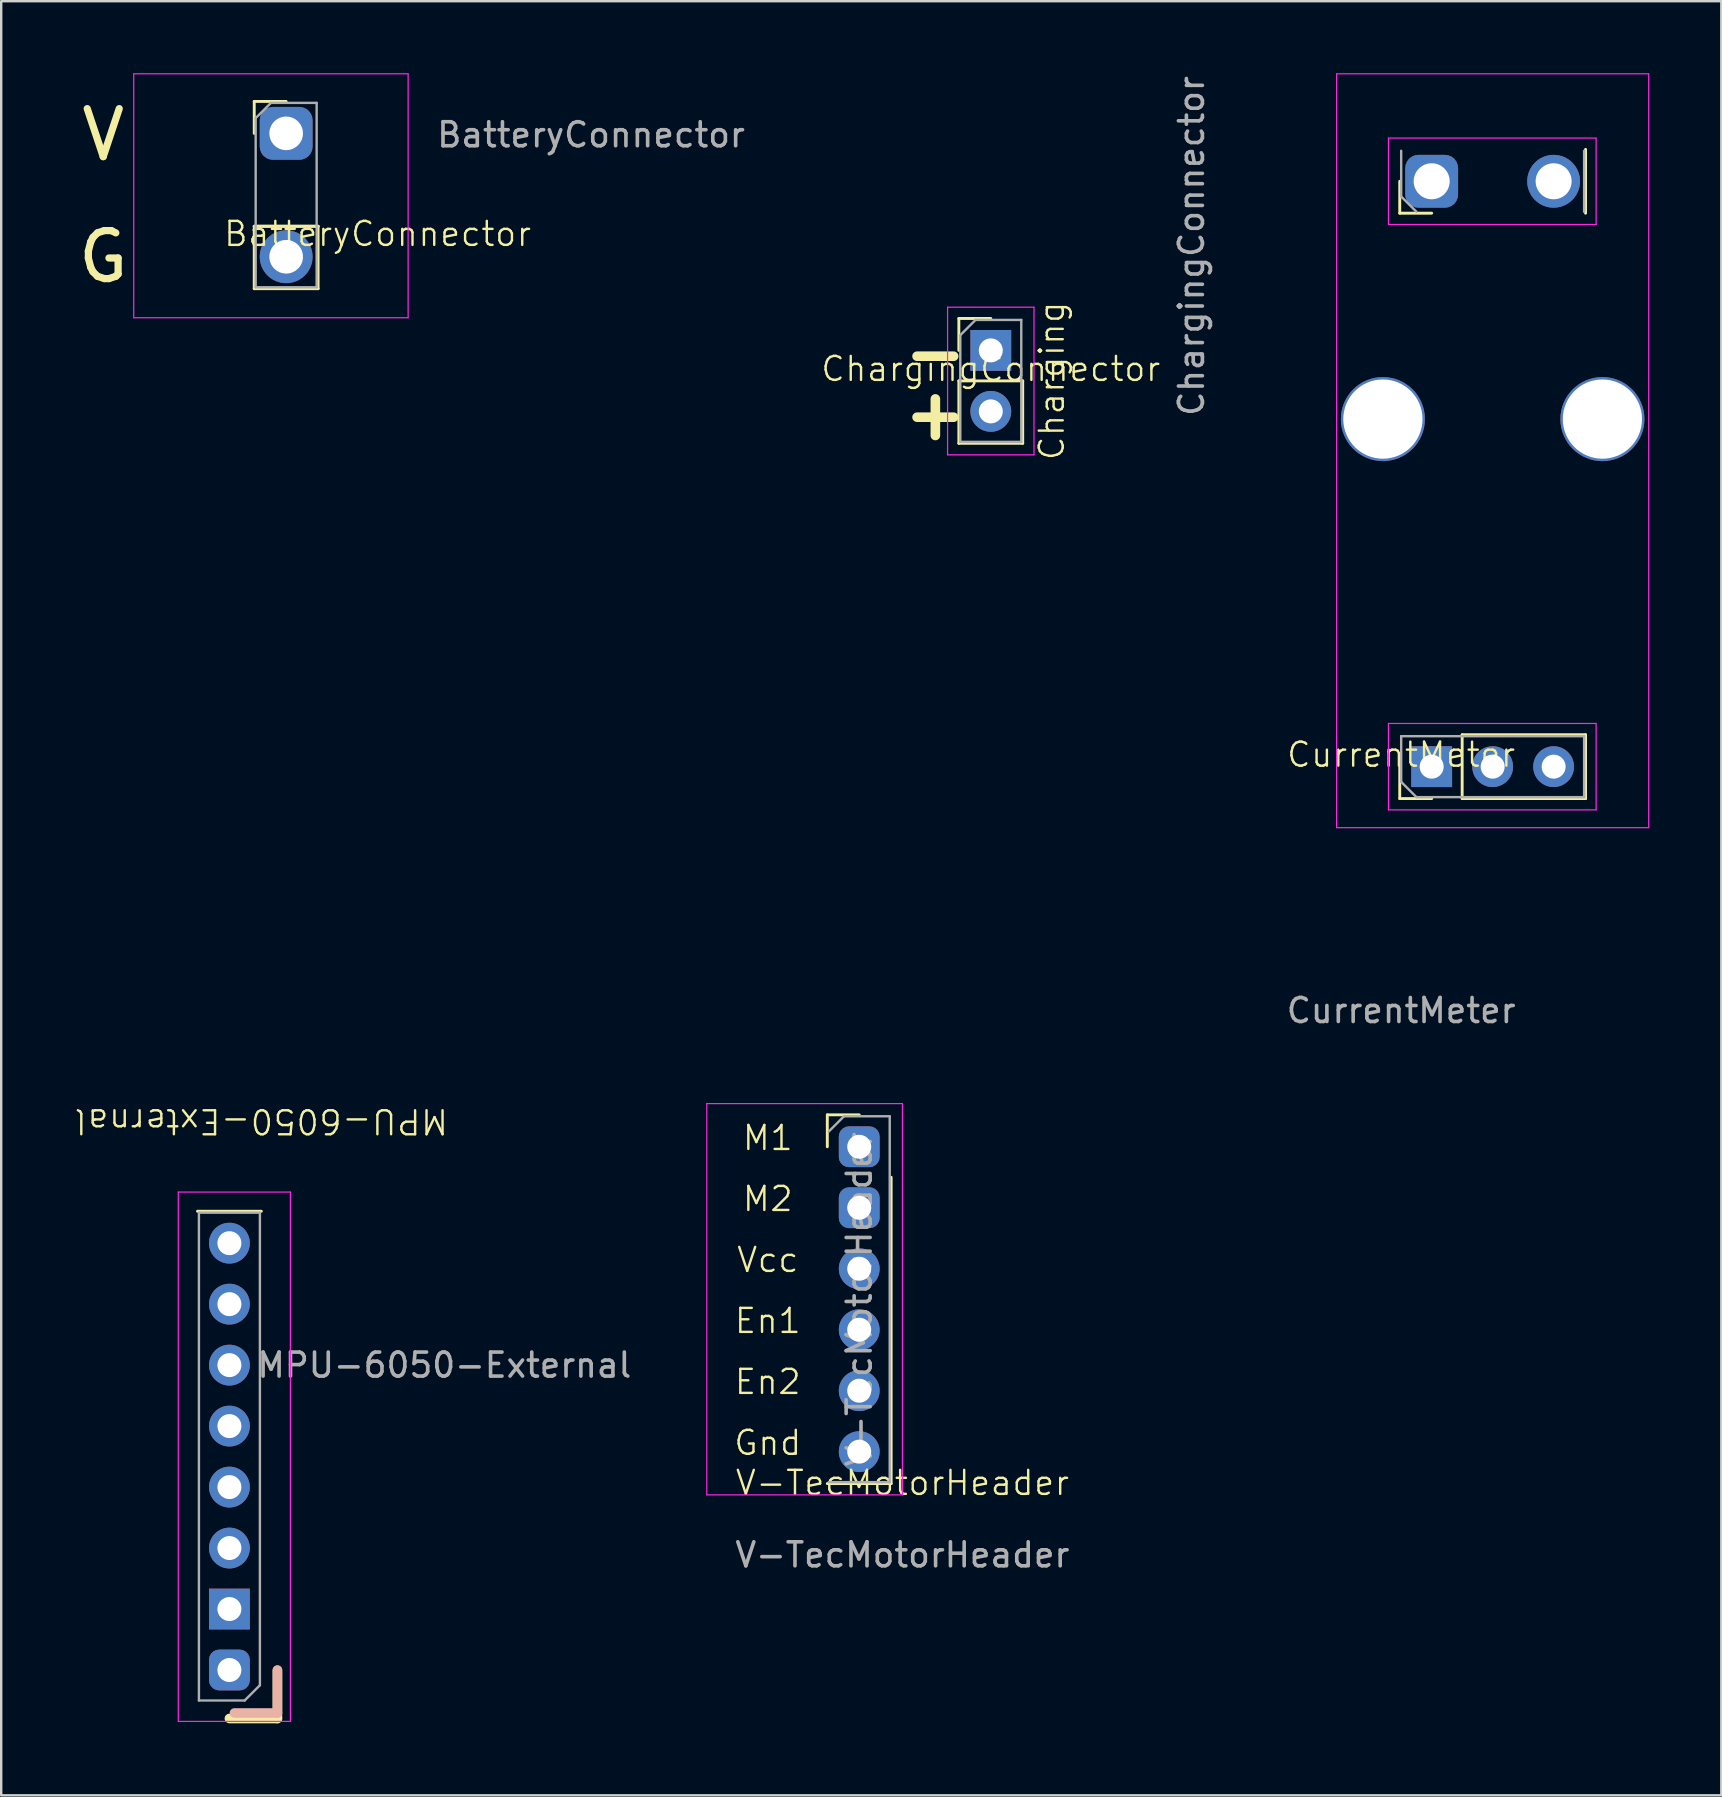
<source format=kicad_pcb>
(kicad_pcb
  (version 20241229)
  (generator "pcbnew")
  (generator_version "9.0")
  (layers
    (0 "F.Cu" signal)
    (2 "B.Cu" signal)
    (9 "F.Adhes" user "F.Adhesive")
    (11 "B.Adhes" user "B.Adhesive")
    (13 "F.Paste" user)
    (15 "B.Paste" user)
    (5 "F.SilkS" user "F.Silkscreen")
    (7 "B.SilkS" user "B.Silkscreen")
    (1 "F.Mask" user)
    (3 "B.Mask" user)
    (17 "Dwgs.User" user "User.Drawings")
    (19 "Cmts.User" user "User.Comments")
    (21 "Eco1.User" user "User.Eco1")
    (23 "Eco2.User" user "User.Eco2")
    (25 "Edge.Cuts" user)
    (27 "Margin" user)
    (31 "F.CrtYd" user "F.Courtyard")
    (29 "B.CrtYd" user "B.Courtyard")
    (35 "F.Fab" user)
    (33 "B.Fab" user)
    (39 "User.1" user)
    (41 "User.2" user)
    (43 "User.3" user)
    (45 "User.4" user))
  (footprint "ChargingConnector"
    (layer "F.Cu")
    (at 38.221 12.816)
    (property "Reference" "ChargingConnector" (at 0 -0.5 0) (unlocked yes) (layer "F.SilkS") (effects (font (size 1 1) (thickness 0.1))))
    (attr through_hole)
    (fp_line (start -1.33 -2.6) (end 0 -2.6) (stroke (width 0.12) (type solid)) (layer "F.SilkS"))
    (fp_line (start -1.33 -1.27) (end -1.33 -2.6) (stroke (width 0.12) (type solid)) (layer "F.SilkS"))
    (fp_line (start -1.33 0) (end -1.33 2.6) (stroke (width 0.12) (type solid)) (layer "F.SilkS"))
    (fp_line (start -1.33 0) (end 1.33 0) (stroke (width 0.12) (type solid)) (layer "F.SilkS"))
    (fp_line (start -1.33 2.6) (end 1.33 2.6) (stroke (width 0.12) (type solid)) (layer "F.SilkS"))
    (fp_line (start 1.33 0) (end 1.33 2.6) (stroke (width 0.12) (type solid)) (layer "F.SilkS"))
    (fp_line (start -1.8 -3.07) (end -1.8 3.08) (stroke (width 0.05) (type solid)) (layer "F.CrtYd"))
    (fp_line (start -1.8 3.08) (end 1.8 3.08) (stroke (width 0.05) (type solid)) (layer "F.CrtYd"))
    (fp_line (start 1.8 -3.07) (end -1.8 -3.07) (stroke (width 0.05) (type solid)) (layer "F.CrtYd"))
    (fp_line (start 1.8 3.08) (end 1.8 -3.07) (stroke (width 0.05) (type solid)) (layer "F.CrtYd"))
    (fp_line (start -1.27 -1.905) (end -0.635 -2.54) (stroke (width 0.1) (type solid)) (layer "F.Fab"))
    (fp_line (start -1.27 2.54) (end -1.27 -1.905) (stroke (width 0.1) (type solid)) (layer "F.Fab"))
    (fp_line (start -0.635 -2.54) (end 1.27 -2.54) (stroke (width 0.1) (type solid)) (layer "F.Fab"))
    (fp_line (start 1.27 -2.54) (end 1.27 2.54) (stroke (width 0.1) (type solid)) (layer "F.Fab"))
    (fp_line (start 1.27 2.54) (end -1.27 2.54) (stroke (width 0.1) (type solid)) (layer "F.Fab"))
    (fp_text user "-" (at -3.81 0 0) (unlocked yes) (layer "F.SilkS") (effects (font (size 2 2) (thickness 0.4) (bold yes)) (justify left bottom)))
    (fp_text user "+" (at -3.81 2.54 0) (unlocked yes) (layer "F.SilkS") (effects (font (size 2 2) (thickness 0.4) (bold yes)) (justify left bottom)))
    (fp_text user "Charging" (at 2.54 0 90) (unlocked yes) (layer "F.SilkS") (effects (font (size 1 1) (thickness 0.1))))
    (fp_text user "${REFERENCE}" (at 8.36 -5.62 90) (layer "F.Fab") (effects (font (size 1 1) (thickness 0.15))))
    (pad "GND" thru_hole rect (at 0 -1.27) (size 1.7 1.7) (drill 1) (layers "*.Cu" "*.Mask"))
    (pad "Vbatt" thru_hole oval (at 0 1.27) (size 1.7 1.7) (drill 1) (layers "*.Cu" "*.Mask")))
  (footprint "CurrentMeter"
    (layer "F.Cu")
    (at 59.126 28.885)
    (property "Reference" "CurrentMeter" (at -3.81 -0.5 0) (unlocked yes) (layer "F.SilkS") (effects (font (size 1 1) (thickness 0.1))))
    (attr through_hole)
    (fp_line (start -3.87 -23.054) (end -3.87 -24.384) (stroke (width 0.12) (type solid)) (layer "F.SilkS"))
    (fp_line (start -3.87 1.33) (end -3.87 0) (stroke (width 0.12) (type solid)) (layer "F.SilkS"))
    (fp_line (start -2.54 -23.054) (end -3.87 -23.054) (stroke (width 0.12) (type solid)) (layer "F.SilkS"))
    (fp_line (start -2.54 1.33) (end -3.87 1.33) (stroke (width 0.12) (type solid)) (layer "F.SilkS"))
    (fp_line (start -1.27 -1.33) (end 3.87 -1.33) (stroke (width 0.12) (type solid)) (layer "F.SilkS"))
    (fp_line (start -1.27 1.33) (end -1.27 -1.33) (stroke (width 0.12) (type solid)) (layer "F.SilkS"))
    (fp_line (start -1.27 1.33) (end 3.87 1.33) (stroke (width 0.12) (type solid)) (layer "F.SilkS"))
    (fp_line (start 3.87 -23.054) (end 3.87 -25.714) (stroke (width 0.12) (type solid)) (layer "F.SilkS"))
    (fp_line (start 3.87 1.33) (end 3.87 -1.33) (stroke (width 0.12) (type solid)) (layer "F.SilkS"))
    (fp_line (start -6.5 2.54) (end -6.5 -28.86) (stroke (width 0.05) (type solid)) (layer "F.CrtYd"))
    (fp_line (start -4.34 -26.184) (end -4.34 -22.584) (stroke (width 0.05) (type solid)) (layer "F.CrtYd"))
    (fp_line (start -4.34 -22.584) (end 4.31 -22.584) (stroke (width 0.05) (type solid)) (layer "F.CrtYd"))
    (fp_line (start -4.34 -1.8) (end -4.34 1.8) (stroke (width 0.05) (type solid)) (layer "F.CrtYd"))
    (fp_line (start -4.34 1.8) (end 4.31 1.8) (stroke (width 0.05) (type solid)) (layer "F.CrtYd"))
    (fp_line (start 4.31 -26.184) (end -4.34 -26.184) (stroke (width 0.05) (type solid)) (layer "F.CrtYd"))
    (fp_line (start 4.31 -22.584) (end 4.31 -26.184) (stroke (width 0.05) (type solid)) (layer "F.CrtYd"))
    (fp_line (start 4.31 -1.8) (end -4.34 -1.8) (stroke (width 0.05) (type solid)) (layer "F.CrtYd"))
    (fp_line (start 4.31 1.8) (end 4.31 -1.8) (stroke (width 0.05) (type solid)) (layer "F.CrtYd"))
    (fp_line (start 6.5 -28.86) (end -6.5 -28.86) (stroke (width 0.05) (type solid)) (layer "F.CrtYd"))
    (fp_line (start 6.5 2.54) (end -6.5 2.54) (stroke (width 0.05) (type solid)) (layer "F.CrtYd"))
    (fp_line (start 6.5 2.54) (end 6.5 -28.86) (stroke (width 0.05) (type solid)) (layer "F.CrtYd"))
    (fp_line (start -3.81 -23.749) (end -3.81 -25.654) (stroke (width 0.1) (type solid)) (layer "F.Fab"))
    (fp_line (start -3.81 -1.27) (end 3.81 -1.27) (stroke (width 0.1) (type solid)) (layer "F.Fab"))
    (fp_line (start -3.81 0.635) (end -3.81 -1.27) (stroke (width 0.1) (type solid)) (layer "F.Fab"))
    (fp_line (start -3.175 -23.114) (end -3.81 -23.749) (stroke (width 0.1) (type solid)) (layer "F.Fab"))
    (fp_line (start -3.175 1.27) (end -3.81 0.635) (stroke (width 0.1) (type solid)) (layer "F.Fab"))
    (fp_line (start 3.81 -25.654) (end 3.81 -23.114) (stroke (width 0.1) (type solid)) (layer "F.Fab"))
    (fp_line (start 3.81 -1.27) (end 3.81 1.27) (stroke (width 0.1) (type solid)) (layer "F.Fab"))
    (fp_line (start 3.81 1.27) (end -3.175 1.27) (stroke (width 0.1) (type solid)) (layer "F.Fab"))
    (fp_text user "${REFERENCE}" (at -3.81 10.16 0) (unlocked yes) (layer "F.Fab") (effects (font (size 1 1) (thickness 0.15))))
    (pad "" thru_hole oval (at -4.572 -14.478 90) (size 3.5 3.5) (drill 3.3) (layers "*.Cu" "*.Mask"))
    (pad "" thru_hole oval (at 4.572 -14.478 90) (size 3.5 3.5) (drill 3.3) (layers "*.Cu" "*.Mask"))
    (pad "1" thru_hole rect (at -2.54 0 90) (size 1.7 1.7) (drill 1) (layers "*.Cu" "*.Mask"))
    (pad "2" thru_hole oval (at 0 0 90) (size 1.7 1.7) (drill 1) (layers "*.Cu" "*.Mask"))
    (pad "3" thru_hole oval (at 2.54 0 90) (size 1.7 1.7) (drill 1) (layers "*.Cu" "*.Mask"))
    (pad "p1" thru_hole oval (at 2.54 -24.384 90) (size 2.2 2.2) (drill 1.5) (layers "*.Cu" "*.Mask"))
    (pad "p2" thru_hole roundrect (at -2.54 -24.384 90) (size 2.2 2.2) (drill 1.5) (layers "*.Cu" "*.Mask") (roundrect_rratio 0.25)))
  (footprint "MPU-6050-External"
    (layer "F.Cu")
    (at 6.506 48.734)
    (property "Reference" "MPU-6050-External" (at 1.33 -5.08 180) (unlocked yes) (layer "F.SilkS") (effects (font (size 1 1) (thickness 0.1))))
    (attr through_hole)
    (fp_line (start 1.33 -1.33) (end -1.33 -1.33) (stroke (width 0.12) (type solid)) (layer "F.SilkS"))
    (fp_line (start 2 17.8) (end 2 19.8) (stroke (width 0.4) (type solid)) (layer "F.SilkS"))
    (fp_line (start 2 19.8) (end 0 19.8) (stroke (width 0.4) (type solid)) (layer "F.SilkS"))
    (fp_line (start 2 17.78) (end 2 19.57) (stroke (width 0.4) (type solid)) (layer "B.SilkS"))
    (fp_line (start 2 19.57) (end 0.21 19.57) (stroke (width 0.4) (type solid)) (layer "B.SilkS"))
    (fp_line (start -2.13 -2.13) (end -2.13 19.92) (stroke (width 0.05) (type solid)) (layer "F.CrtYd"))
    (fp_line (start -2.13 19.92) (end 2.54 19.92) (stroke (width 0.05) (type solid)) (layer "F.CrtYd"))
    (fp_line (start 2.54 -2.13) (end -2.13 -2.13) (stroke (width 0.05) (type solid)) (layer "F.CrtYd"))
    (fp_line (start 2.54 -2.13) (end 2.54 19.92) (stroke (width 0.05) (type solid)) (layer "F.CrtYd"))
    (fp_line (start -1.27 -1.27) (end 1.27 -1.27) (stroke (width 0.1) (type solid)) (layer "F.Fab"))
    (fp_line (start -1.27 19.05) (end -1.27 -1.27) (stroke (width 0.1) (type solid)) (layer "F.Fab"))
    (fp_line (start 0.635 19.05) (end -1.27 19.05) (stroke (width 0.1) (type solid)) (layer "F.Fab"))
    (fp_line (start 1.27 -1.27) (end 1.27 18.415) (stroke (width 0.1) (type solid)) (layer "F.Fab"))
    (fp_line (start 1.27 18.415) (end 0.635 19.05) (stroke (width 0.1) (type solid)) (layer "F.Fab"))
    (fp_text user "${REFERENCE}" (at 8.95 5.08 0) (unlocked yes) (layer "F.Fab") (effects (font (size 1 1) (thickness 0.15))))
    (pad "ADO" thru_hole oval (at 0 2.54 180) (size 1.7 1.7) (drill 1) (layers "*.Cu" "*.Mask"))
    (pad "GND" thru_hole rect (at 0 15.24 180) (size 1.7 1.7) (drill 1) (layers "*.Cu" "*.Mask"))
    (pad "INT" thru_hole oval (at 0 0 180) (size 1.7 1.7) (drill 1) (layers "*.Cu" "*.Mask"))
    (pad "SCL" thru_hole oval (at 0 12.7 180) (size 1.7 1.7) (drill 1) (layers "*.Cu" "*.Mask"))
    (pad "SDA" thru_hole oval (at 0 10.16 180) (size 1.7 1.7) (drill 1) (layers "*.Cu" "*.Mask"))
    (pad "VCC" thru_hole roundrect (at 0 17.78 180) (size 1.7 1.7) (drill 1) (layers "*.Cu" "*.Mask") (roundrect_rratio 0.25))
    (pad "XCL" thru_hole oval (at 0 5.08 180) (size 1.7 1.7) (drill 1) (layers "*.Cu" "*.Mask"))
    (pad "XDA" thru_hole oval (at 0 7.62 180) (size 1.7 1.7) (drill 1) (layers "*.Cu" "*.Mask")))
  (footprint "V-TecMotorHeader"
    (layer "F.Cu")
    (at 34.011 51.386)
    (property "Reference" "V-TecMotorHeader" (at 0.53 7.332 0) (unlocked yes) (layer "F.SilkS") (effects (font (size 1 1) (thickness 0.1))))
    (attr through_hole)
    (fp_line (start -2.6 -7.997) (end -1.27 -7.997) (stroke (width 0.12) (type solid)) (layer "F.SilkS"))
    (fp_line (start -2.6 -6.668) (end -2.6 -7.997) (stroke (width 0.12) (type solid)) (layer "F.SilkS"))
    (fp_line (start -2.6 7.362) (end 0.06 7.362) (stroke (width 0.12) (type solid)) (layer "F.SilkS"))
    (fp_line (start 0.06 -5.397) (end 0.06 7.362) (stroke (width 0.12) (type solid)) (layer "F.SilkS"))
    (fp_line (start -7.62 -8.467) (end -7.62 7.832) (stroke (width 0.05) (type solid)) (layer "F.CrtYd"))
    (fp_line (start -7.62 7.832) (end 0.53 7.832) (stroke (width 0.05) (type solid)) (layer "F.CrtYd"))
    (fp_line (start 0.53 -8.467) (end -7.62 -8.467) (stroke (width 0.05) (type solid)) (layer "F.CrtYd"))
    (fp_line (start 0.53 7.832) (end 0.53 -8.467) (stroke (width 0.05) (type solid)) (layer "F.CrtYd"))
    (fp_line (start -2.54 -7.303) (end -1.905 -7.938) (stroke (width 0.1) (type solid)) (layer "F.Fab"))
    (fp_line (start -1.905 -7.938) (end 0 -7.938) (stroke (width 0.1) (type solid)) (layer "F.Fab"))
    (fp_line (start 0 -7.938) (end 0 7.303) (stroke (width 0.1) (type solid)) (layer "F.Fab"))
    (fp_line (start 0 7.303) (end -2.54 7.303) (stroke (width 0.1) (type solid)) (layer "F.Fab"))
    (fp_text user "En1" (at -5.08 0 0) (unlocked yes) (layer "F.SilkS") (effects (font (size 1 1) (thickness 0.1)) (justify top)))
    (fp_text user "En2" (at -5.08 2.54 0) (unlocked yes) (layer "F.SilkS") (effects (font (size 1 1) (thickness 0.1)) (justify top)))
    (fp_text user "M2" (at -5.08 -5.08 0) (unlocked yes) (layer "F.SilkS") (effects (font (size 1 1) (thickness 0.1)) (justify top)))
    (fp_text user "Vcc" (at -5.08 -2.54 0) (unlocked yes) (layer "F.SilkS") (effects (font (size 1 1) (thickness 0.1)) (justify top)))
    (fp_text user "Gnd" (at -5.08 5.08 0) (unlocked yes) (layer "F.SilkS") (effects (font (size 1 1) (thickness 0.1)) (justify top)))
    (fp_text user "M1" (at -5.08 -7.62 0) (unlocked yes) (layer "F.SilkS") (effects (font (size 1 1) (thickness 0.1)) (justify top)))
    (fp_text user "${REFERENCE}" (at 0.53 10.332 0) (unlocked yes) (layer "F.Fab") (effects (font (size 1 1) (thickness 0.15))))
    (fp_text user "${REFERENCE}" (at -1.27 -0.318 90) (layer "F.Fab") (effects (font (size 1 1) (thickness 0.15))))
    (pad "1" thru_hole roundrect (at -1.27 -6.668) (size 1.7 1.7) (drill 1) (layers "*.Cu" "*.Mask") (roundrect_rratio 0.25))
    (pad "2" thru_hole roundrect (at -1.27 -4.128) (size 1.7 1.7) (drill 1) (layers "*.Cu" "*.Mask") (roundrect_rratio 0.25))
    (pad "3" thru_hole oval (at -1.27 -1.587) (size 1.7 1.7) (drill 1) (layers "*.Cu" "*.Mask"))
    (pad "4" thru_hole oval (at -1.27 0.953) (size 1.7 1.7) (drill 1) (layers "*.Cu" "*.Mask"))
    (pad "5" thru_hole oval (at -1.27 3.493) (size 1.7 1.7) (drill 1) (layers "*.Cu" "*.Mask"))
    (pad "6" thru_hole oval (at -1.27 6.032) (size 1.7 1.7) (drill 1) (layers "*.Cu" "*.Mask")))
  (footprint "BatteryConnector"
    (layer "F.Cu")
    (at 8.87 7.645)
    (property "Reference" "BatteryConnector" (at 3.81 -0.953 0) (unlocked yes) (layer "F.SilkS") (effects (font (size 1 1) (thickness 0.1))))
    (attr through_hole)
    (fp_line (start -1.33 -6.47) (end 0 -6.47) (stroke (width 0.12) (type solid)) (layer "F.SilkS"))
    (fp_line (start -1.33 -5.14) (end -1.33 -6.47) (stroke (width 0.12) (type solid)) (layer "F.SilkS"))
    (fp_line (start -1.33 -1.27) (end -1.33 1.33) (stroke (width 0.12) (type solid)) (layer "F.SilkS"))
    (fp_line (start -1.33 -1.27) (end 1.33 -1.27) (stroke (width 0.12) (type solid)) (layer "F.SilkS"))
    (fp_line (start -1.33 -1.27) (end 1.33 -1.27) (stroke (width 0.12) (type solid)) (layer "F.SilkS"))
    (fp_line (start -1.33 1.33) (end 1.33 1.33) (stroke (width 0.12) (type solid)) (layer "F.SilkS"))
    (fp_line (start 1.33 -1.27) (end 1.33 1.33) (stroke (width 0.12) (type solid)) (layer "F.SilkS"))
    (fp_line (start -6.35 -7.62) (end -6.35 2.54) (stroke (width 0.05) (type solid)) (layer "F.CrtYd"))
    (fp_line (start -6.35 2.54) (end 5.08 2.54) (stroke (width 0.05) (type solid)) (layer "F.CrtYd"))
    (fp_line (start 5.08 -7.62) (end -6.35 -7.62) (stroke (width 0.05) (type solid)) (layer "F.CrtYd"))
    (fp_line (start 5.08 2.54) (end 5.08 -7.62) (stroke (width 0.05) (type solid)) (layer "F.CrtYd"))
    (fp_line (start -1.27 -5.775) (end -0.635 -6.41) (stroke (width 0.1) (type solid)) (layer "F.Fab"))
    (fp_line (start -1.27 1.27) (end -1.27 -5.775) (stroke (width 0.1) (type solid)) (layer "F.Fab"))
    (fp_line (start -0.635 -6.41) (end 1.27 -6.41) (stroke (width 0.1) (type solid)) (layer "F.Fab"))
    (fp_line (start 1.27 -6.41) (end 1.27 1.27) (stroke (width 0.1) (type solid)) (layer "F.Fab"))
    (fp_line (start 1.27 1.27) (end -1.27 1.27) (stroke (width 0.1) (type solid)) (layer "F.Fab"))
    (fp_text user "G" (at -7.62 0 0) (unlocked yes) (layer "F.SilkS") (effects (font (size 2 2) (thickness 0.3))))
    (fp_text user "V" (at -7.62 -5.08 0) (unlocked yes) (layer "F.SilkS") (effects (font (size 2 2) (thickness 0.3))))
    (fp_text user "${REFERENCE}" (at 12.7 -5.08 0) (unlocked yes) (layer "F.Fab") (effects (font (size 1 1) (thickness 0.15))))
    (pad "GND" thru_hole oval (at 0 0) (size 2.2 2.2) (drill 1.4) (layers "*.Cu" "*.Mask"))
    (pad "Vbatt" thru_hole roundrect (at 0 -5.14) (size 2.2 2.2) (drill 1.4) (layers "*.Cu" "*.Mask") (roundrect_rratio 0.25)))
  (gr_rect
    (start -3 -3)
    (end 68.651 71.734)
    (stroke (width 0.1) (type default))
    (fill no)
    (layer "Edge.Cuts")))
</source>
